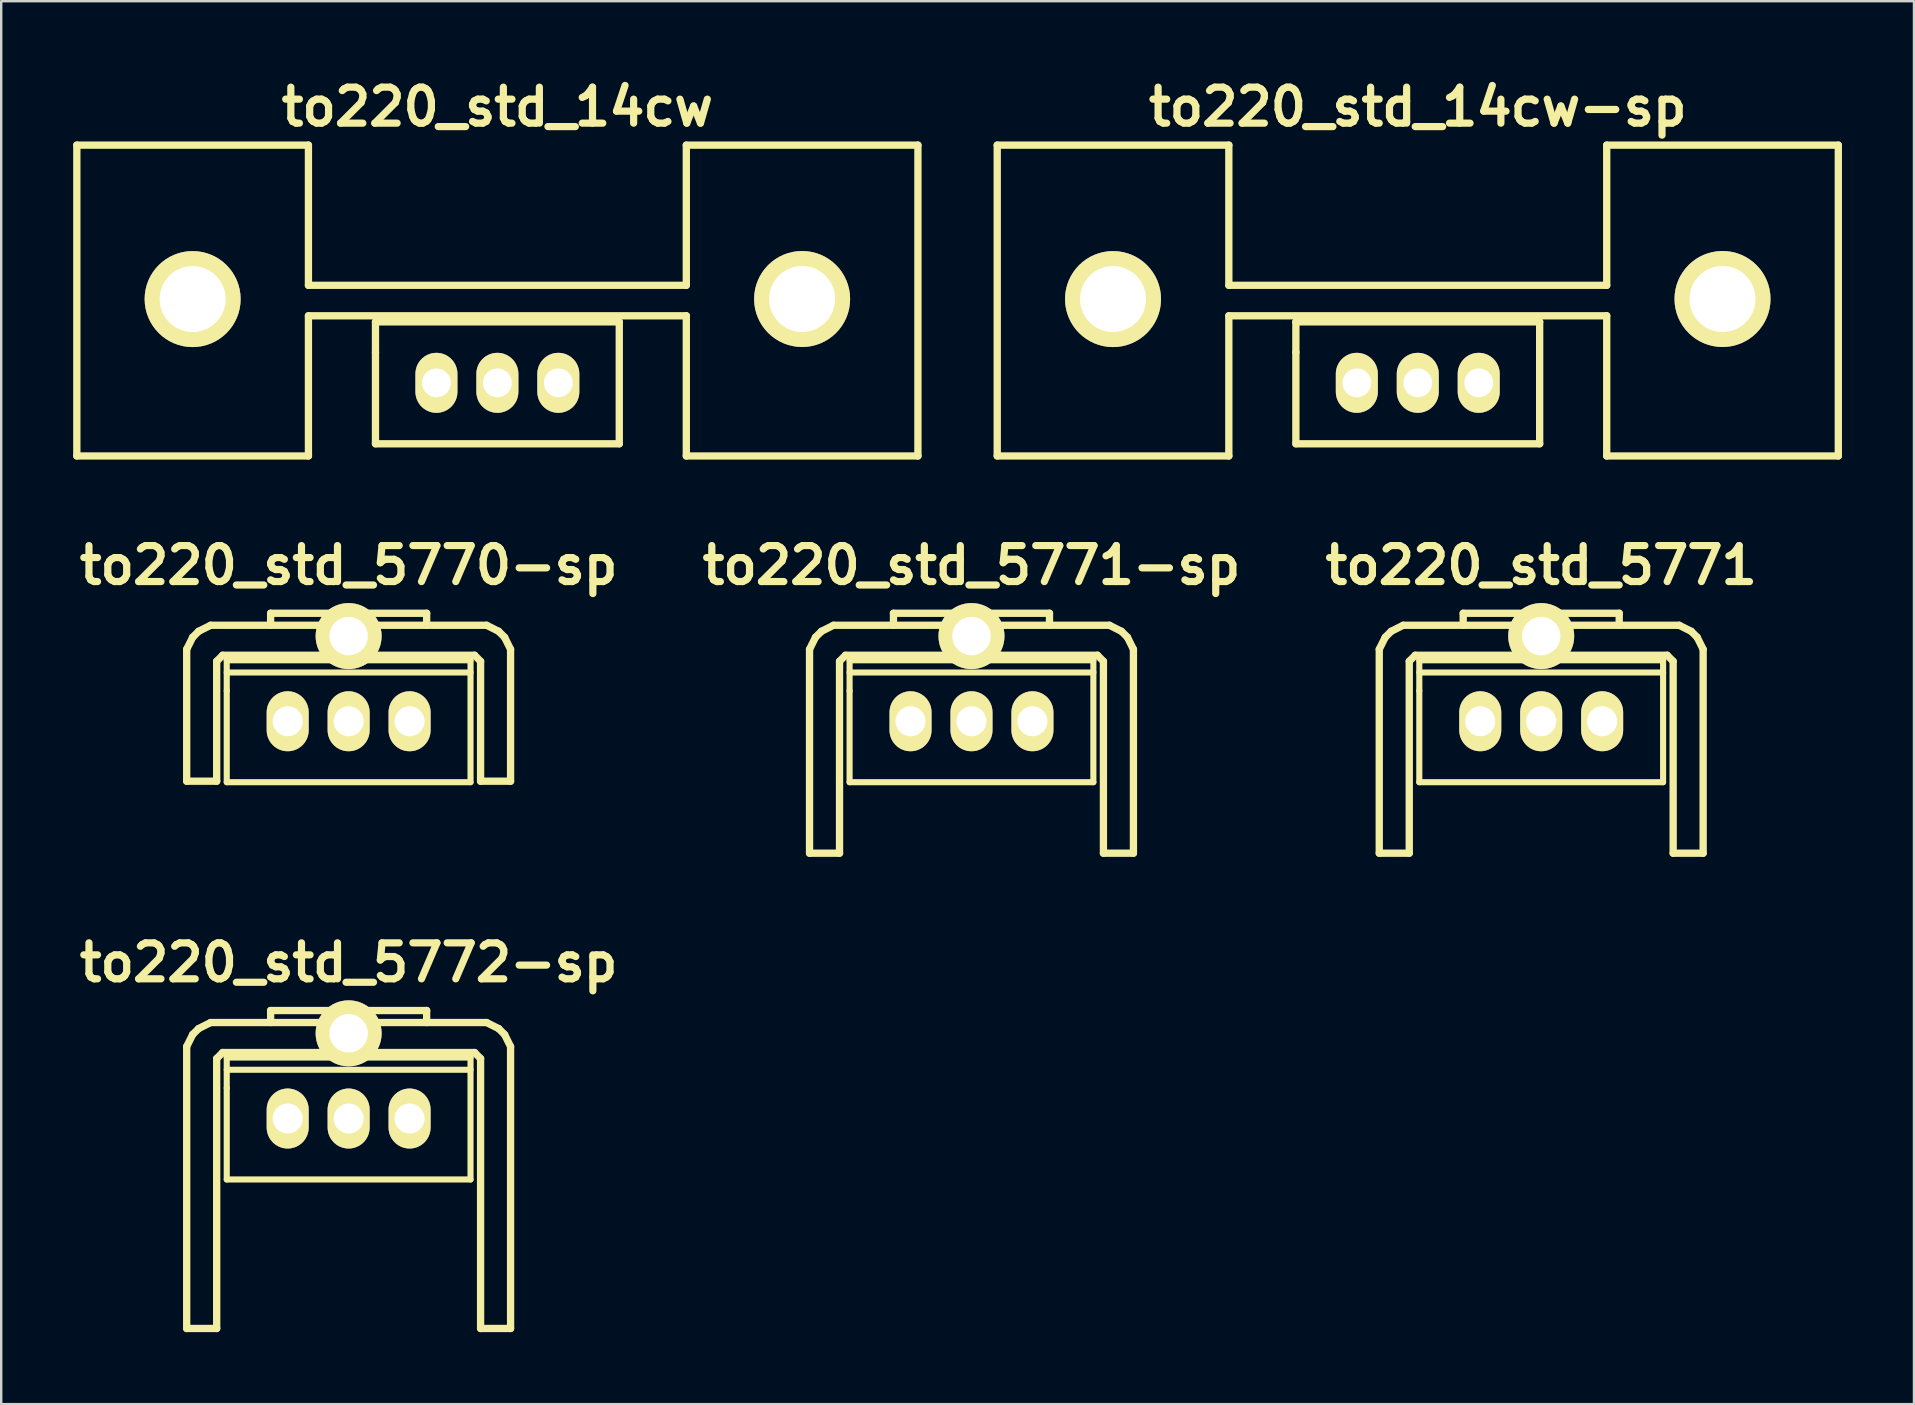
<source format=kicad_pcb>
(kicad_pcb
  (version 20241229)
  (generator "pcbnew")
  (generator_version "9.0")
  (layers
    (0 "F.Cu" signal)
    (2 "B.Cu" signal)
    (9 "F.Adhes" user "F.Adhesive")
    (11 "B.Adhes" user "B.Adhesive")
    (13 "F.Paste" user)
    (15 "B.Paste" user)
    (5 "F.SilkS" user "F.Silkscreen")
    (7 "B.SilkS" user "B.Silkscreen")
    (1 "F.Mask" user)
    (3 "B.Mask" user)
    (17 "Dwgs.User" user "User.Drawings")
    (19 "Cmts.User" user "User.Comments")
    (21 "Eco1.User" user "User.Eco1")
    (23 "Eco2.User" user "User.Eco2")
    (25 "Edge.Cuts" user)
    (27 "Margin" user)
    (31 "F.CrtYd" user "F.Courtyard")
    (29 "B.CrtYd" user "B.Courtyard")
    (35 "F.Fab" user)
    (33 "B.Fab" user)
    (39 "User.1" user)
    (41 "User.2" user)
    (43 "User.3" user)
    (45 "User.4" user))
  (footprint "to220_std_14cw"
    (layer "F.Cu")
    (at 17.678 12.904)
    (property "Reference" "to220_std_14cw" (at 0 -11.5 0) (layer "F.SilkS") (effects (font (size 1.5 1.5) (thickness 0.3))))
    (attr through_hole)
    (fp_line (start -17.526 -9.906) (end -17.526 3.048) (stroke (width 0.305) (type solid)) (layer "F.SilkS"))
    (fp_line (start -17.526 3.048) (end -7.874 3.048) (stroke (width 0.305) (type solid)) (layer "F.SilkS"))
    (fp_line (start -7.874 -9.906) (end -17.526 -9.906) (stroke (width 0.305) (type solid)) (layer "F.SilkS"))
    (fp_line (start -7.874 -9.906) (end -7.874 -4.064) (stroke (width 0.305) (type solid)) (layer "F.SilkS"))
    (fp_line (start -7.874 -2.794) (end -7.874 3.048) (stroke (width 0.305) (type solid)) (layer "F.SilkS"))
    (fp_line (start -7.874 -2.794) (end 7.874 -2.794) (stroke (width 0.305) (type solid)) (layer "F.SilkS"))
    (fp_line (start -5.08 -2.54) (end -5.08 -1.27) (stroke (width 0.305) (type solid)) (layer "F.SilkS"))
    (fp_line (start -5.08 -1.27) (end -5.08 2.54) (stroke (width 0.305) (type solid)) (layer "F.SilkS"))
    (fp_line (start -5.08 2.54) (end 5.08 2.54) (stroke (width 0.305) (type solid)) (layer "F.SilkS"))
    (fp_line (start 5.08 -2.54) (end -5.08 -2.54) (stroke (width 0.305) (type solid)) (layer "F.SilkS"))
    (fp_line (start 5.08 2.54) (end 5.08 -2.54) (stroke (width 0.305) (type solid)) (layer "F.SilkS"))
    (fp_line (start 7.874 -9.906) (end 7.874 -4.064) (stroke (width 0.305) (type solid)) (layer "F.SilkS"))
    (fp_line (start 7.874 -4.064) (end -7.874 -4.064) (stroke (width 0.305) (type solid)) (layer "F.SilkS"))
    (fp_line (start 7.874 3.048) (end 7.874 -2.794) (stroke (width 0.305) (type solid)) (layer "F.SilkS"))
    (fp_line (start 7.874 3.048) (end 17.526 3.048) (stroke (width 0.305) (type solid)) (layer "F.SilkS"))
    (fp_line (start 17.526 -9.906) (end 7.874 -9.906) (stroke (width 0.305) (type solid)) (layer "F.SilkS"))
    (fp_line (start 17.526 -9.906) (end 17.526 3.048) (stroke (width 0.305) (type solid)) (layer "F.SilkS"))
    (pad "" thru_hole circle (at -12.7 -3.49) (size 4 4) (drill 2.75) (layers "*.Cu" "*.Mask" "F.SilkS"))
    (pad "" thru_hole circle (at 12.7 -3.493) (size 4 4) (drill 2.75) (layers "*.Cu" "*.Mask" "F.SilkS"))
    (pad "1" thru_hole oval (at 2.54 0) (size 1.75 2.5) (drill 1.2) (layers "*.Cu" "*.Mask" "F.SilkS"))
    (pad "2" thru_hole oval (at 0 0) (size 1.75 2.5) (drill 1.2) (layers "*.Cu" "*.Mask" "F.SilkS"))
    (pad "3" thru_hole oval (at -2.54 0) (size 1.75 2.5) (drill 1.2) (layers "*.Cu" "*.Mask" "F.SilkS")))
  (footprint "to220_std_5771"
    (layer "F.Cu")
    (at 61.179 27.008)
    (property "Reference" "to220_std_5771" (at 0 -6.5 0) (layer "F.SilkS") (effects (font (size 1.5 1.5) (thickness 0.3))))
    (attr through_hole)
    (fp_line (start -6.749 -3) (end -6.749 5.499) (stroke (width 0.305) (type solid)) (layer "F.SilkS"))
    (fp_line (start -6.749 -3) (end -6.5 -3.5) (stroke (width 0.305) (type solid)) (layer "F.SilkS"))
    (fp_line (start -6.5 -3.5) (end -6.251 -3.749) (stroke (width 0.305) (type solid)) (layer "F.SilkS"))
    (fp_line (start -6.251 -3.749) (end -5.751 -4) (stroke (width 0.305) (type solid)) (layer "F.SilkS"))
    (fp_line (start -5.499 -2.499) (end -5.25 -2.751) (stroke (width 0.305) (type solid)) (layer "F.SilkS"))
    (fp_line (start -5.499 5.499) (end -6.749 5.499) (stroke (width 0.305) (type solid)) (layer "F.SilkS"))
    (fp_line (start -5.499 5.499) (end -5.499 -2.499) (stroke (width 0.305) (type solid)) (layer "F.SilkS"))
    (fp_line (start -5.25 -2.751) (end 5.25 -2.751) (stroke (width 0.305) (type solid)) (layer "F.SilkS"))
    (fp_line (start -5.08 -2.54) (end -5.08 -1.27) (stroke (width 0.254) (type solid)) (layer "F.SilkS"))
    (fp_line (start -5.08 -2.032) (end 5.08 -2.032) (stroke (width 0.254) (type solid)) (layer "F.SilkS"))
    (fp_line (start -5.08 -1.27) (end -5.08 2.54) (stroke (width 0.254) (type solid)) (layer "F.SilkS"))
    (fp_line (start -5.08 2.54) (end 5.08 2.54) (stroke (width 0.254) (type solid)) (layer "F.SilkS"))
    (fp_line (start -3.251 -4.501) (end 3.251 -4.501) (stroke (width 0.305) (type solid)) (layer "F.SilkS"))
    (fp_line (start -3.251 -4) (end -3.251 -4.501) (stroke (width 0.305) (type solid)) (layer "F.SilkS"))
    (fp_line (start 3.251 -4.501) (end 3.251 -4) (stroke (width 0.305) (type solid)) (layer "F.SilkS"))
    (fp_line (start 5.08 -2.54) (end -5.08 -2.54) (stroke (width 0.254) (type solid)) (layer "F.SilkS"))
    (fp_line (start 5.08 2.54) (end 5.08 -2.54) (stroke (width 0.254) (type solid)) (layer "F.SilkS"))
    (fp_line (start 5.25 -2.751) (end 5.499 -2.499) (stroke (width 0.305) (type solid)) (layer "F.SilkS"))
    (fp_line (start 5.499 5.499) (end 5.499 -2.499) (stroke (width 0.305) (type solid)) (layer "F.SilkS"))
    (fp_line (start 5.751 -4) (end -5.751 -4) (stroke (width 0.305) (type solid)) (layer "F.SilkS"))
    (fp_line (start 5.751 -4) (end 6.251 -3.749) (stroke (width 0.305) (type solid)) (layer "F.SilkS"))
    (fp_line (start 6.251 -3.749) (end 6.5 -3.5) (stroke (width 0.305) (type solid)) (layer "F.SilkS"))
    (fp_line (start 6.5 -3.5) (end 6.749 -3) (stroke (width 0.305) (type solid)) (layer "F.SilkS"))
    (fp_line (start 6.749 -3) (end 6.749 5.499) (stroke (width 0.305) (type solid)) (layer "F.SilkS"))
    (fp_line (start 6.749 5.499) (end 5.499 5.499) (stroke (width 0.305) (type solid)) (layer "F.SilkS"))
    (pad "" thru_hole circle (at 0 -3.55) (size 2.75 2.75) (drill 1.6) (layers "*.Cu" "*.Mask" "F.SilkS"))
    (pad "1" thru_hole oval (at 2.54 0) (size 1.75 2.5) (drill 1.25) (layers "*.Cu" "*.Mask" "F.SilkS"))
    (pad "2" thru_hole oval (at 0 0) (size 1.75 2.5) (drill 1.25) (layers "*.Cu" "*.Mask" "F.SilkS"))
    (pad "3" thru_hole oval (at -2.54 0) (size 1.75 2.5) (drill 1.25) (layers "*.Cu" "*.Mask" "F.SilkS")))
  (footprint "to220_std_5772-sp"
    (layer "F.Cu")
    (at 11.479 43.564)
    (property "Reference" "to220_std_5772-sp" (at 0 -6.5 0) (layer "F.SilkS") (effects (font (size 1.5 1.5) (thickness 0.3))))
    (attr through_hole)
    (fp_line (start -6.749 -3) (end -6.749 8.75) (stroke (width 0.305) (type solid)) (layer "F.SilkS"))
    (fp_line (start -6.749 -3) (end -6.5 -3.5) (stroke (width 0.305) (type solid)) (layer "F.SilkS"))
    (fp_line (start -6.5 -3.5) (end -6.251 -3.749) (stroke (width 0.305) (type solid)) (layer "F.SilkS"))
    (fp_line (start -6.251 -3.749) (end -5.751 -4) (stroke (width 0.305) (type solid)) (layer "F.SilkS"))
    (fp_line (start -5.499 -2.499) (end -5.25 -2.751) (stroke (width 0.305) (type solid)) (layer "F.SilkS"))
    (fp_line (start -5.499 8.75) (end -6.749 8.75) (stroke (width 0.305) (type solid)) (layer "F.SilkS"))
    (fp_line (start -5.499 8.75) (end -5.499 -2.499) (stroke (width 0.305) (type solid)) (layer "F.SilkS"))
    (fp_line (start -5.25 -2.751) (end 5.25 -2.751) (stroke (width 0.305) (type solid)) (layer "F.SilkS"))
    (fp_line (start -5.08 -2.54) (end -5.08 -1.27) (stroke (width 0.254) (type solid)) (layer "F.SilkS"))
    (fp_line (start -5.08 -2.032) (end 5.08 -2.032) (stroke (width 0.254) (type solid)) (layer "F.SilkS"))
    (fp_line (start -5.08 -1.27) (end -5.08 2.54) (stroke (width 0.254) (type solid)) (layer "F.SilkS"))
    (fp_line (start -5.08 2.54) (end 5.08 2.54) (stroke (width 0.254) (type solid)) (layer "F.SilkS"))
    (fp_line (start -3.251 -4.501) (end 3.251 -4.501) (stroke (width 0.305) (type solid)) (layer "F.SilkS"))
    (fp_line (start -3.251 -4) (end -3.251 -4.501) (stroke (width 0.305) (type solid)) (layer "F.SilkS"))
    (fp_line (start 3.251 -4.501) (end 3.251 -4) (stroke (width 0.305) (type solid)) (layer "F.SilkS"))
    (fp_line (start 5.08 -2.54) (end -5.08 -2.54) (stroke (width 0.254) (type solid)) (layer "F.SilkS"))
    (fp_line (start 5.08 2.54) (end 5.08 -2.54) (stroke (width 0.254) (type solid)) (layer "F.SilkS"))
    (fp_line (start 5.25 -2.751) (end 5.499 -2.499) (stroke (width 0.305) (type solid)) (layer "F.SilkS"))
    (fp_line (start 5.499 -2.499) (end 5.499 8.75) (stroke (width 0.305) (type solid)) (layer "F.SilkS"))
    (fp_line (start 5.751 -4) (end -5.751 -4) (stroke (width 0.305) (type solid)) (layer "F.SilkS"))
    (fp_line (start 5.751 -4) (end 6.251 -3.749) (stroke (width 0.305) (type solid)) (layer "F.SilkS"))
    (fp_line (start 6.251 -3.749) (end 6.5 -3.5) (stroke (width 0.305) (type solid)) (layer "F.SilkS"))
    (fp_line (start 6.5 -3.5) (end 6.749 -3) (stroke (width 0.305) (type solid)) (layer "F.SilkS"))
    (fp_line (start 6.749 -3) (end 6.749 8.75) (stroke (width 0.305) (type solid)) (layer "F.SilkS"))
    (fp_line (start 6.749 8.75) (end 5.499 8.75) (stroke (width 0.305) (type solid)) (layer "F.SilkS"))
    (pad "" thru_hole circle (at 0 -3.55) (size 2.75 2.75) (drill 1.6) (layers "*.Cu" "*.Mask" "F.SilkS"))
    (pad "1" thru_hole oval (at -2.54 0) (size 1.75 2.5) (drill 1.25) (layers "*.Cu" "*.Mask" "F.SilkS"))
    (pad "2" thru_hole oval (at 0 0) (size 1.75 2.5) (drill 1.25) (layers "*.Cu" "*.Mask" "F.SilkS"))
    (pad "3" thru_hole oval (at 2.54 0) (size 1.75 2.5) (drill 1.25) (layers "*.Cu" "*.Mask" "F.SilkS")))
  (footprint "to220_std_5771-sp"
    (layer "F.Cu")
    (at 37.436 27.008)
    (property "Reference" "to220_std_5771-sp" (at 0 -6.5 0) (layer "F.SilkS") (effects (font (size 1.5 1.5) (thickness 0.3))))
    (attr through_hole)
    (fp_line (start -6.749 -3) (end -6.749 5.499) (stroke (width 0.305) (type solid)) (layer "F.SilkS"))
    (fp_line (start -6.749 -3) (end -6.5 -3.5) (stroke (width 0.305) (type solid)) (layer "F.SilkS"))
    (fp_line (start -6.5 -3.5) (end -6.251 -3.749) (stroke (width 0.305) (type solid)) (layer "F.SilkS"))
    (fp_line (start -6.251 -3.749) (end -5.751 -4) (stroke (width 0.305) (type solid)) (layer "F.SilkS"))
    (fp_line (start -5.499 -2.499) (end -5.25 -2.751) (stroke (width 0.305) (type solid)) (layer "F.SilkS"))
    (fp_line (start -5.499 5.499) (end -6.749 5.499) (stroke (width 0.305) (type solid)) (layer "F.SilkS"))
    (fp_line (start -5.499 5.499) (end -5.499 -2.499) (stroke (width 0.305) (type solid)) (layer "F.SilkS"))
    (fp_line (start -5.25 -2.751) (end 5.25 -2.751) (stroke (width 0.305) (type solid)) (layer "F.SilkS"))
    (fp_line (start -5.08 -2.54) (end -5.08 -1.27) (stroke (width 0.254) (type solid)) (layer "F.SilkS"))
    (fp_line (start -5.08 -2.032) (end 5.08 -2.032) (stroke (width 0.254) (type solid)) (layer "F.SilkS"))
    (fp_line (start -5.08 -1.27) (end -5.08 2.54) (stroke (width 0.254) (type solid)) (layer "F.SilkS"))
    (fp_line (start -5.08 2.54) (end 5.08 2.54) (stroke (width 0.254) (type solid)) (layer "F.SilkS"))
    (fp_line (start -3.251 -4.501) (end 3.251 -4.501) (stroke (width 0.305) (type solid)) (layer "F.SilkS"))
    (fp_line (start -3.251 -4) (end -3.251 -4.501) (stroke (width 0.305) (type solid)) (layer "F.SilkS"))
    (fp_line (start 3.251 -4.501) (end 3.251 -4) (stroke (width 0.305) (type solid)) (layer "F.SilkS"))
    (fp_line (start 5.08 -2.54) (end -5.08 -2.54) (stroke (width 0.254) (type solid)) (layer "F.SilkS"))
    (fp_line (start 5.08 2.54) (end 5.08 -2.54) (stroke (width 0.254) (type solid)) (layer "F.SilkS"))
    (fp_line (start 5.25 -2.751) (end 5.499 -2.499) (stroke (width 0.305) (type solid)) (layer "F.SilkS"))
    (fp_line (start 5.499 5.499) (end 5.499 -2.499) (stroke (width 0.305) (type solid)) (layer "F.SilkS"))
    (fp_line (start 5.751 -4) (end -5.751 -4) (stroke (width 0.305) (type solid)) (layer "F.SilkS"))
    (fp_line (start 5.751 -4) (end 6.251 -3.749) (stroke (width 0.305) (type solid)) (layer "F.SilkS"))
    (fp_line (start 6.251 -3.749) (end 6.5 -3.5) (stroke (width 0.305) (type solid)) (layer "F.SilkS"))
    (fp_line (start 6.5 -3.5) (end 6.749 -3) (stroke (width 0.305) (type solid)) (layer "F.SilkS"))
    (fp_line (start 6.749 -3) (end 6.749 5.499) (stroke (width 0.305) (type solid)) (layer "F.SilkS"))
    (fp_line (start 6.749 5.499) (end 5.499 5.499) (stroke (width 0.305) (type solid)) (layer "F.SilkS"))
    (pad "" thru_hole circle (at 0 -3.55) (size 2.75 2.75) (drill 1.6) (layers "*.Cu" "*.Mask" "F.SilkS"))
    (pad "1" thru_hole oval (at -2.54 0) (size 1.75 2.5) (drill 1.25) (layers "*.Cu" "*.Mask" "F.SilkS"))
    (pad "2" thru_hole oval (at 0 0) (size 1.75 2.5) (drill 1.25) (layers "*.Cu" "*.Mask" "F.SilkS"))
    (pad "3" thru_hole oval (at 2.54 0) (size 1.75 2.5) (drill 1.25) (layers "*.Cu" "*.Mask" "F.SilkS")))
  (footprint "to220_std_5770-sp"
    (layer "F.Cu")
    (at 11.479 27.008)
    (property "Reference" "to220_std_5770-sp" (at 0 -6.5 0) (layer "F.SilkS") (effects (font (size 1.5 1.5) (thickness 0.3))))
    (attr through_hole)
    (fp_line (start -6.749 -3) (end -6.5 -3.5) (stroke (width 0.305) (type solid)) (layer "F.SilkS"))
    (fp_line (start -6.749 2.499) (end -6.749 -3) (stroke (width 0.305) (type solid)) (layer "F.SilkS"))
    (fp_line (start -6.5 -3.5) (end -6.251 -3.749) (stroke (width 0.305) (type solid)) (layer "F.SilkS"))
    (fp_line (start -6.251 -3.749) (end -5.751 -4) (stroke (width 0.305) (type solid)) (layer "F.SilkS"))
    (fp_line (start -5.499 -2.499) (end -5.499 2.499) (stroke (width 0.305) (type solid)) (layer "F.SilkS"))
    (fp_line (start -5.499 -2.499) (end -5.25 -2.751) (stroke (width 0.305) (type solid)) (layer "F.SilkS"))
    (fp_line (start -5.499 2.499) (end -6.749 2.499) (stroke (width 0.305) (type solid)) (layer "F.SilkS"))
    (fp_line (start -5.25 -2.751) (end 5.25 -2.751) (stroke (width 0.305) (type solid)) (layer "F.SilkS"))
    (fp_line (start -5.08 -2.54) (end -5.08 -1.27) (stroke (width 0.254) (type solid)) (layer "F.SilkS"))
    (fp_line (start -5.08 -2.032) (end 5.08 -2.032) (stroke (width 0.254) (type solid)) (layer "F.SilkS"))
    (fp_line (start -5.08 -1.27) (end -5.08 2.54) (stroke (width 0.254) (type solid)) (layer "F.SilkS"))
    (fp_line (start -5.08 2.54) (end 5.08 2.54) (stroke (width 0.254) (type solid)) (layer "F.SilkS"))
    (fp_line (start -3.251 -4.501) (end 3.251 -4.501) (stroke (width 0.305) (type solid)) (layer "F.SilkS"))
    (fp_line (start -3.251 -4) (end -3.251 -4.501) (stroke (width 0.305) (type solid)) (layer "F.SilkS"))
    (fp_line (start 3.251 -4.501) (end 3.251 -4) (stroke (width 0.305) (type solid)) (layer "F.SilkS"))
    (fp_line (start 5.08 -2.54) (end -5.08 -2.54) (stroke (width 0.254) (type solid)) (layer "F.SilkS"))
    (fp_line (start 5.08 2.54) (end 5.08 -2.54) (stroke (width 0.254) (type solid)) (layer "F.SilkS"))
    (fp_line (start 5.25 -2.751) (end 5.499 -2.499) (stroke (width 0.305) (type solid)) (layer "F.SilkS"))
    (fp_line (start 5.499 2.499) (end 5.499 -2.499) (stroke (width 0.305) (type solid)) (layer "F.SilkS"))
    (fp_line (start 5.751 -4) (end -5.751 -4) (stroke (width 0.305) (type solid)) (layer "F.SilkS"))
    (fp_line (start 5.751 -4) (end 6.251 -3.749) (stroke (width 0.305) (type solid)) (layer "F.SilkS"))
    (fp_line (start 6.251 -3.749) (end 6.5 -3.5) (stroke (width 0.305) (type solid)) (layer "F.SilkS"))
    (fp_line (start 6.5 -3.5) (end 6.749 -3) (stroke (width 0.305) (type solid)) (layer "F.SilkS"))
    (fp_line (start 6.749 -3) (end 6.749 2.499) (stroke (width 0.305) (type solid)) (layer "F.SilkS"))
    (fp_line (start 6.749 2.499) (end 5.499 2.499) (stroke (width 0.305) (type solid)) (layer "F.SilkS"))
    (pad "" thru_hole circle (at 0 -3.55) (size 2.75 2.75) (drill 1.6) (layers "*.Cu" "*.Mask" "F.SilkS"))
    (pad "1" thru_hole oval (at -2.54 0) (size 1.75 2.5) (drill 1.25) (layers "*.Cu" "*.Mask" "F.SilkS"))
    (pad "2" thru_hole oval (at 0 0) (size 1.75 2.5) (drill 1.25) (layers "*.Cu" "*.Mask" "F.SilkS"))
    (pad "3" thru_hole oval (at 2.54 0) (size 1.75 2.5) (drill 1.25) (layers "*.Cu" "*.Mask" "F.SilkS")))
  (footprint "to220_std_14cw-sp"
    (layer "F.Cu")
    (at 56.035 12.904)
    (property "Reference" "to220_std_14cw-sp" (at 0 -11.5 0) (layer "F.SilkS") (effects (font (size 1.5 1.5) (thickness 0.3))))
    (attr through_hole)
    (fp_line (start -17.526 -9.906) (end -17.526 3.048) (stroke (width 0.305) (type solid)) (layer "F.SilkS"))
    (fp_line (start -17.526 3.048) (end -7.874 3.048) (stroke (width 0.305) (type solid)) (layer "F.SilkS"))
    (fp_line (start -7.874 -9.906) (end -17.526 -9.906) (stroke (width 0.305) (type solid)) (layer "F.SilkS"))
    (fp_line (start -7.874 -9.906) (end -7.874 -4.064) (stroke (width 0.305) (type solid)) (layer "F.SilkS"))
    (fp_line (start -7.874 -2.794) (end -7.874 3.048) (stroke (width 0.305) (type solid)) (layer "F.SilkS"))
    (fp_line (start -7.874 -2.794) (end 7.874 -2.794) (stroke (width 0.305) (type solid)) (layer "F.SilkS"))
    (fp_line (start -5.08 -2.54) (end -5.08 -1.27) (stroke (width 0.305) (type solid)) (layer "F.SilkS"))
    (fp_line (start -5.08 -1.27) (end -5.08 2.54) (stroke (width 0.305) (type solid)) (layer "F.SilkS"))
    (fp_line (start -5.08 2.54) (end 5.08 2.54) (stroke (width 0.305) (type solid)) (layer "F.SilkS"))
    (fp_line (start 5.08 -2.54) (end -5.08 -2.54) (stroke (width 0.305) (type solid)) (layer "F.SilkS"))
    (fp_line (start 5.08 2.54) (end 5.08 -2.54) (stroke (width 0.305) (type solid)) (layer "F.SilkS"))
    (fp_line (start 7.874 -9.906) (end 7.874 -4.064) (stroke (width 0.305) (type solid)) (layer "F.SilkS"))
    (fp_line (start 7.874 -4.064) (end -7.874 -4.064) (stroke (width 0.305) (type solid)) (layer "F.SilkS"))
    (fp_line (start 7.874 3.048) (end 7.874 -2.794) (stroke (width 0.305) (type solid)) (layer "F.SilkS"))
    (fp_line (start 7.874 3.048) (end 17.526 3.048) (stroke (width 0.305) (type solid)) (layer "F.SilkS"))
    (fp_line (start 17.526 -9.906) (end 7.874 -9.906) (stroke (width 0.305) (type solid)) (layer "F.SilkS"))
    (fp_line (start 17.526 -9.906) (end 17.526 3.048) (stroke (width 0.305) (type solid)) (layer "F.SilkS"))
    (pad "" thru_hole circle (at -12.7 -3.49) (size 4 4) (drill 2.75) (layers "*.Cu" "*.Mask" "F.SilkS"))
    (pad "" thru_hole circle (at 12.7 -3.493) (size 4 4) (drill 2.75) (layers "*.Cu" "*.Mask" "F.SilkS"))
    (pad "1" thru_hole oval (at -2.54 0) (size 1.75 2.5) (drill 1.2) (layers "*.Cu" "*.Mask" "F.SilkS"))
    (pad "2" thru_hole oval (at 0 0) (size 1.75 2.5) (drill 1.2) (layers "*.Cu" "*.Mask" "F.SilkS"))
    (pad "3" thru_hole oval (at 2.54 0) (size 1.75 2.5) (drill 1.2) (layers "*.Cu" "*.Mask" "F.SilkS")))
  (gr_rect
    (start -3 -3)
    (end 76.714 55.467)
    (stroke (width 0.1) (type default))
    (fill no)
    (layer "Edge.Cuts")))
</source>
